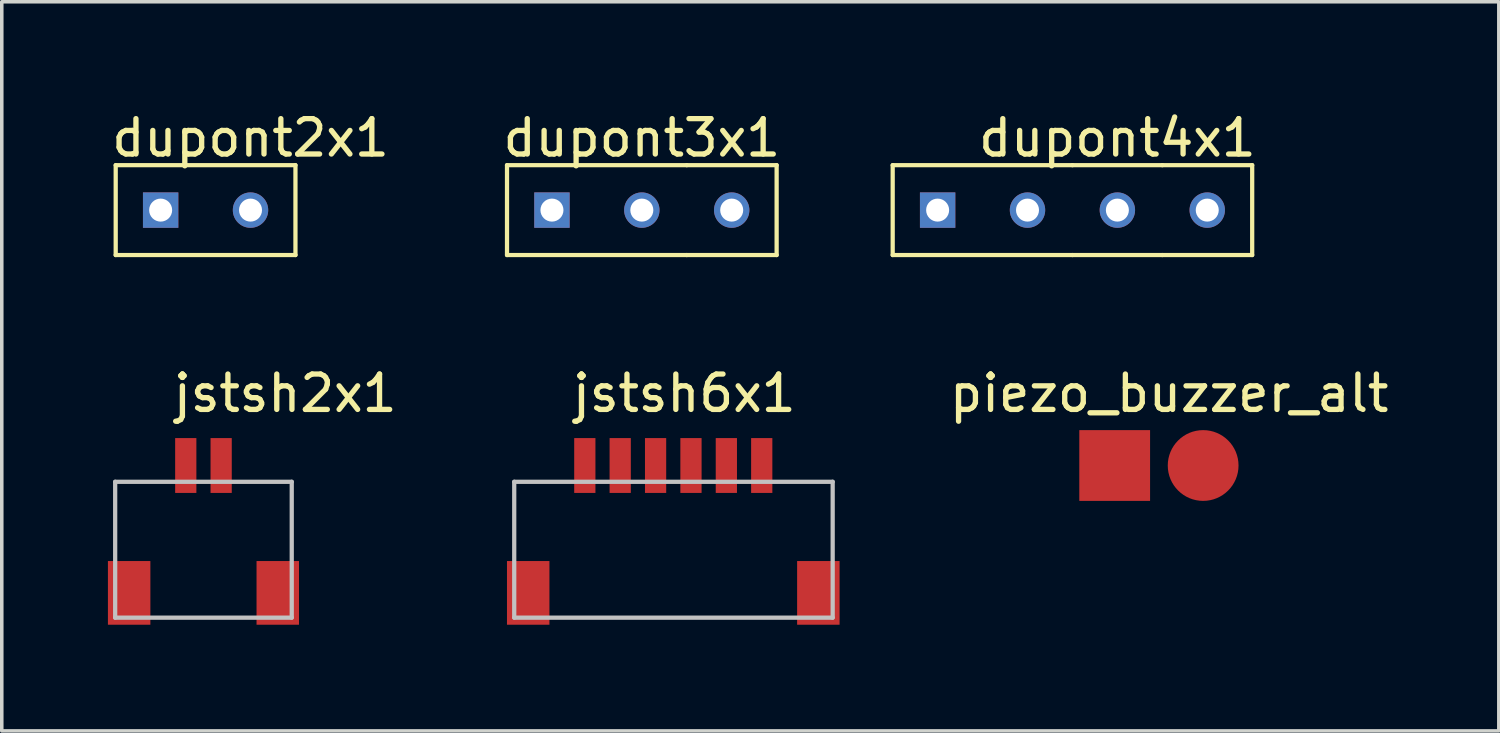
<source format=kicad_pcb>
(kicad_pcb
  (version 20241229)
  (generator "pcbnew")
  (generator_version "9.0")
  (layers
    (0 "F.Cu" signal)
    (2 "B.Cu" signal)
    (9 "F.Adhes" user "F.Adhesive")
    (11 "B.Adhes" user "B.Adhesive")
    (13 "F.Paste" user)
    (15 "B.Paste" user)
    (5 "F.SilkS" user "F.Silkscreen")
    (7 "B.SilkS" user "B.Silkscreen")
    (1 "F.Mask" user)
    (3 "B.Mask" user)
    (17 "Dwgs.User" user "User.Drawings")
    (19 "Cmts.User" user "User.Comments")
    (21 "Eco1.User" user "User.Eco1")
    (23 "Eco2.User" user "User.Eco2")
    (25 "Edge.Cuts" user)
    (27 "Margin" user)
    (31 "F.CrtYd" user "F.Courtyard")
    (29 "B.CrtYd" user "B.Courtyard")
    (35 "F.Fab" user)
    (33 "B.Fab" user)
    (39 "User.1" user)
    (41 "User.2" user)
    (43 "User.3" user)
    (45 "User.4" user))
  (footprint "dupont4x1"
    (layer "F.Cu")
    (at 25.989 0.348)
    (property "Reference" "dupont4x1" (at 2.54 0.5 0) (layer "F.SilkS") (effects (font (size 1 1) (thickness 0.15))))
    (attr through_hole)
    (fp_line (start -3.81 1.27) (end 1.27 1.27) (stroke (width 0.12) (type solid)) (layer "F.SilkS"))
    (fp_line (start -3.81 3.81) (end -3.81 1.27) (stroke (width 0.12) (type solid)) (layer "F.SilkS"))
    (fp_line (start 1.27 1.27) (end 3.81 1.27) (stroke (width 0.12) (type solid)) (layer "F.SilkS"))
    (fp_line (start 1.27 3.81) (end -3.81 3.81) (stroke (width 0.12) (type solid)) (layer "F.SilkS"))
    (fp_line (start 3.81 1.27) (end 6.35 1.27) (stroke (width 0.12) (type solid)) (layer "F.SilkS"))
    (fp_line (start 3.81 3.81) (end 1.27 3.81) (stroke (width 0.12) (type solid)) (layer "F.SilkS"))
    (fp_line (start 6.35 1.27) (end 6.35 3.81) (stroke (width 0.12) (type solid)) (layer "F.SilkS"))
    (fp_line (start 6.35 3.81) (end 3.81 3.81) (stroke (width 0.12) (type solid)) (layer "F.SilkS"))
    (pad "1" thru_hole rect (at -2.54 2.54) (size 1 1) (drill 0.65) (layers "*.Cu" "*.Mask"))
    (pad "2" thru_hole circle (at 0 2.54) (size 1 1) (drill 0.65) (layers "*.Cu" "*.Mask"))
    (pad "3" thru_hole circle (at 2.54 2.54) (size 1 1) (drill 0.65) (layers "*.Cu" "*.Mask"))
    (pad "4" thru_hole circle (at 5.08 2.54) (size 1 1) (drill 0.65) (layers "*.Cu" "*.Mask")))
  (footprint "dupont3x1"
    (layer "F.Cu")
    (at 15.089 0.348)
    (property "Reference" "dupont3x1" (at 0 0.5 0) (layer "F.SilkS") (effects (font (size 1 1) (thickness 0.15))))
    (attr through_hole)
    (fp_line (start -3.81 1.27) (end 1.27 1.27) (stroke (width 0.12) (type solid)) (layer "F.SilkS"))
    (fp_line (start -3.81 3.81) (end -3.81 1.27) (stroke (width 0.12) (type solid)) (layer "F.SilkS"))
    (fp_line (start 1.27 1.27) (end 3.81 1.27) (stroke (width 0.12) (type solid)) (layer "F.SilkS"))
    (fp_line (start 1.27 3.81) (end -3.81 3.81) (stroke (width 0.12) (type solid)) (layer "F.SilkS"))
    (fp_line (start 3.81 1.27) (end 3.81 3.81) (stroke (width 0.12) (type solid)) (layer "F.SilkS"))
    (fp_line (start 3.81 3.81) (end 1.27 3.81) (stroke (width 0.12) (type solid)) (layer "F.SilkS"))
    (pad "1" thru_hole rect (at -2.54 2.54) (size 1 1) (drill 0.65) (layers "*.Cu" "*.Mask"))
    (pad "2" thru_hole circle (at 0 2.54) (size 1 1) (drill 0.65) (layers "*.Cu" "*.Mask"))
    (pad "3" thru_hole circle (at 2.54 2.54) (size 1 1) (drill 0.65) (layers "*.Cu" "*.Mask")))
  (footprint "jstsh2x1"
    (layer "F.Cu")
    (at 5.01 7.566)
    (property "Reference" "jstsh2x1" (at 0 0.5 0) (layer "F.SilkS") (effects (font (size 1 1) (thickness 0.15))))
    (attr through_hole)
    (fp_line (start -4.805 3) (end 0.185 3) (stroke (width 0.12) (type solid)) (layer "Dwgs.User"))
    (fp_line (start -4.805 6.84) (end -4.805 3) (stroke (width 0.12) (type solid)) (layer "Dwgs.User"))
    (fp_line (start -4.805 6.84) (end 0.185 6.84) (stroke (width 0.12) (type solid)) (layer "Dwgs.User"))
    (fp_line (start 0.185 3) (end 0.185 6.84) (stroke (width 0.12) (type solid)) (layer "Dwgs.User"))
    (pad "1" smd rect (at -2.81 2.54) (size 0.6 1.55) (layers "F.Cu" "F.Mask" "F.Paste"))
    (pad "2" smd rect (at -1.81 2.54) (size 0.6 1.55) (layers "F.Cu" "F.Mask" "F.Paste"))
    (pad "3" smd rect (at -4.41 6.14) (size 1.2 1.8) (layers "F.Cu" "F.Mask" "F.Paste"))
    (pad "3" smd rect (at -0.21 6.14) (size 1.2 1.8) (layers "F.Cu" "F.Mask" "F.Paste")))
  (footprint "jstsh6x1"
    (layer "F.Cu")
    (at 16.288 7.566)
    (property "Reference" "jstsh6x1" (at 0 0.5 0) (layer "F.SilkS") (effects (font (size 1 1) (thickness 0.15))))
    (attr through_hole)
    (fp_line (start -4.805 6.84) (end -4.805 3) (stroke (width 0.12) (type solid)) (layer "Dwgs.User"))
    (fp_line (start -4.805 6.84) (end 4.195 6.84) (stroke (width 0.12) (type solid)) (layer "Dwgs.User"))
    (fp_line (start 4.195 3) (end -4.805 3) (stroke (width 0.12) (type solid)) (layer "Dwgs.User"))
    (fp_line (start 4.195 6.84) (end 4.195 3) (stroke (width 0.12) (type solid)) (layer "Dwgs.User"))
    (pad "1" smd rect (at -2.81 2.54) (size 0.6 1.55) (layers "F.Cu" "F.Mask" "F.Paste"))
    (pad "2" smd rect (at -1.81 2.54) (size 0.6 1.55) (layers "F.Cu" "F.Mask" "F.Paste"))
    (pad "3" smd rect (at -0.81 2.54) (size 0.6 1.55) (layers "F.Cu" "F.Mask" "F.Paste"))
    (pad "4" smd rect (at 0.19 2.54) (size 0.6 1.55) (layers "F.Cu" "F.Mask" "F.Paste"))
    (pad "5" smd rect (at 1.19 2.54) (size 0.6 1.55) (layers "F.Cu" "F.Mask" "F.Paste"))
    (pad "6" smd rect (at 2.19 2.54) (size 0.6 1.55) (layers "F.Cu" "F.Mask" "F.Paste"))
    (pad "7" smd rect (at -4.41 6.14) (size 1.2 1.8) (layers "F.Cu" "F.Mask" "F.Paste"))
    (pad "7" smd rect (at 3.79 6.14) (size 1.2 1.8) (layers "F.Cu" "F.Mask" "F.Paste")))
  (footprint "piezo_buzzer_alt"
    (layer "F.Cu")
    (at 29.993 7.566)
    (property "Reference" "piezo_buzzer_alt" (at 0 0.5 0) (layer "F.SilkS") (effects (font (size 1 1) (thickness 0.15))))
    (attr through_hole)
    (pad "1" smd rect (at -1.54 2.54) (size 2 2) (layers "F.Cu" "F.Mask" "F.Paste"))
    (pad "2" smd circle (at 0.96 2.54) (size 2 2) (layers "F.Cu" "F.Mask" "F.Paste")))
  (footprint "dupont2x1"
    (layer "F.Cu")
    (at 4.03 0.348)
    (property "Reference" "dupont2x1" (at 0 0.5 0) (layer "F.SilkS") (effects (font (size 1 1) (thickness 0.15))))
    (attr through_hole)
    (fp_line (start -3.81 1.27) (end 1.27 1.27) (stroke (width 0.12) (type solid)) (layer "F.SilkS"))
    (fp_line (start -3.81 3.81) (end -3.81 1.27) (stroke (width 0.12) (type solid)) (layer "F.SilkS"))
    (fp_line (start 1.27 1.27) (end 1.27 3.81) (stroke (width 0.12) (type solid)) (layer "F.SilkS"))
    (fp_line (start 1.27 3.81) (end -3.81 3.81) (stroke (width 0.12) (type solid)) (layer "F.SilkS"))
    (pad "1" thru_hole rect (at -2.54 2.54) (size 1 1) (drill 0.65) (layers "*.Cu" "*.Mask"))
    (pad "2" thru_hole circle (at 0 2.54) (size 1 1) (drill 0.65) (layers "*.Cu" "*.Mask")))
  (gr_rect
    (start -3 -3)
    (end 39.309 17.607)
    (stroke (width 0.1) (type default))
    (fill no)
    (layer "Edge.Cuts")))
</source>
